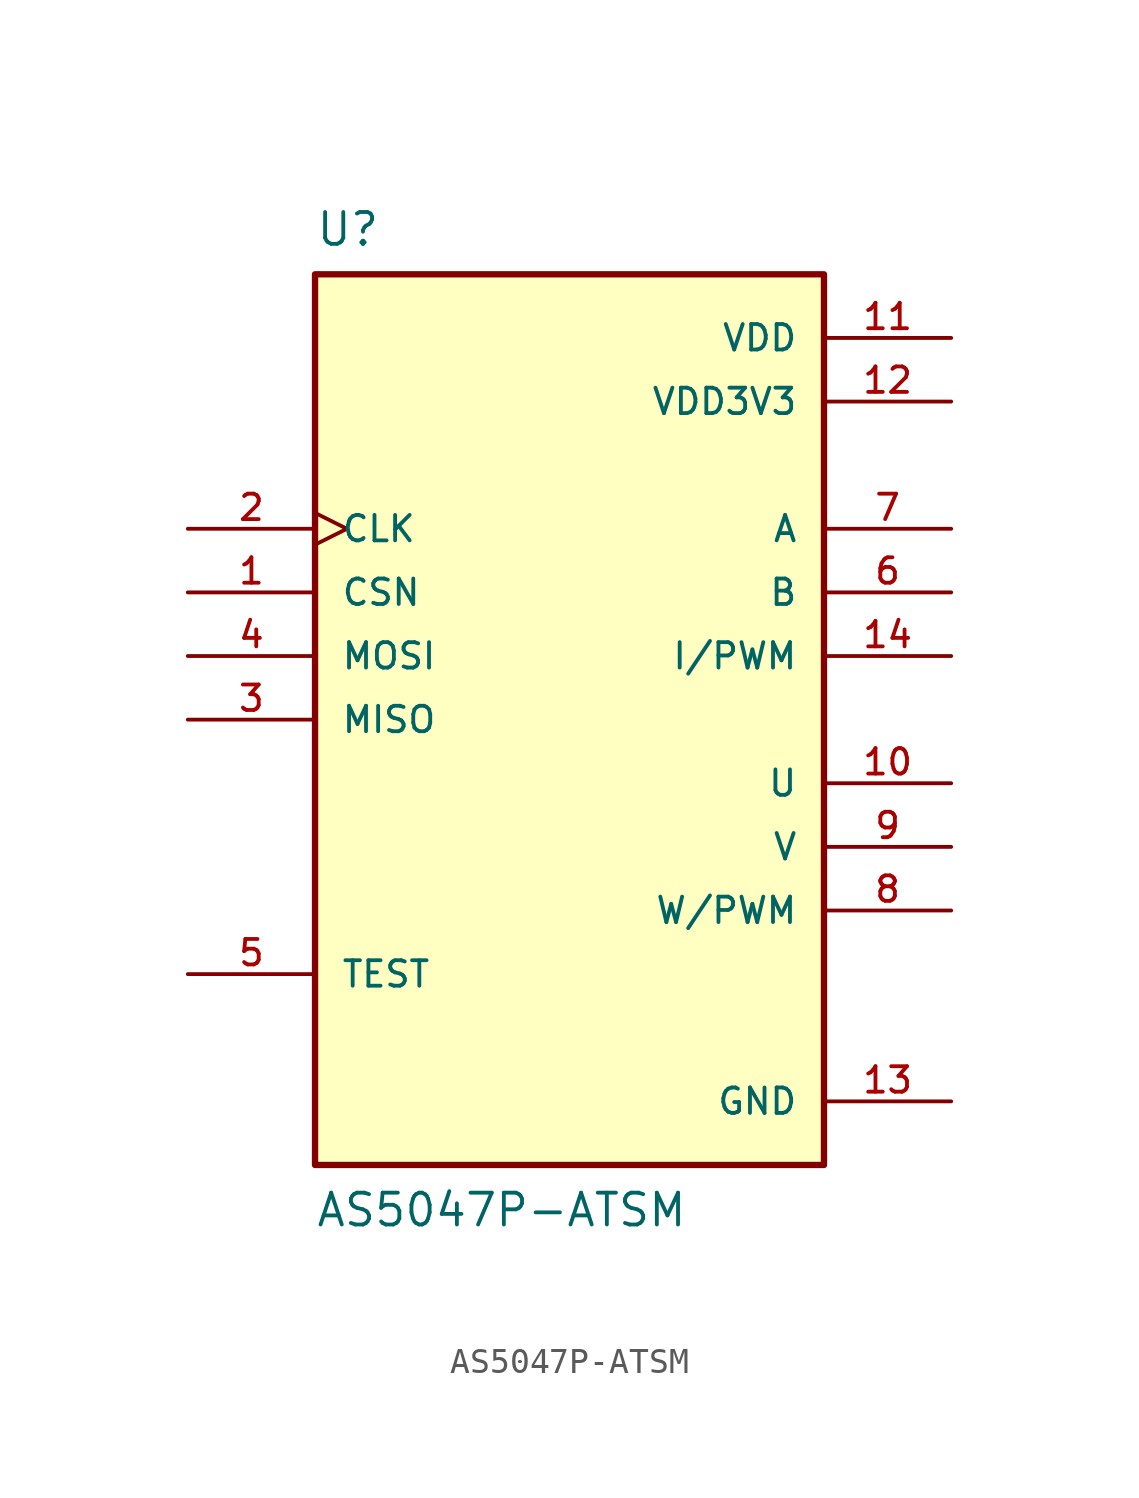
<source format=kicad_sym>
(kicad_symbol_lib
  (version 20231120)
  (generator "kicad_symbol_editor")
  (generator_version "8.0")
  (symbol "AS5047P-ATSM"
    (pin_names
      (offset 1.016))
    (property "Reference" "U"
      (at -10.16 20.32 0)
      (effects (font (size 1.27 1.27)) (justify left top)))
    (property "Value" "AS5047P-ATSM"
      (at -10.16 -20.32 0)
      (effects (font (size 1.27 1.27)) (justify left bottom)))
    (symbol "AS5047P-ATSM_0_0"
      (rectangle (start -10.16 -17.78) (end 10.16 17.78) (stroke (width 0.254) (type default)) (fill (type background)))
      (pin input line (at -15.24 5.08 0) (length 5.08) (name "CSN" (effects (font (size 1.016 1.016)))) (number "1" (effects (font (size 1.016 1.016)))))
      (pin output line (at 15.24 -2.54 180) (length 5.08) (name "U" (effects (font (size 1.016 1.016)))) (number "10" (effects (font (size 1.016 1.016)))))
      (pin power_in line (at 15.24 15.24 180) (length 5.08) (name "VDD" (effects (font (size 1.016 1.016)))) (number "11" (effects (font (size 1.016 1.016)))))
      (pin power_in line (at 15.24 12.7 180) (length 5.08) (name "VDD3V3" (effects (font (size 1.016 1.016)))) (number "12" (effects (font (size 1.016 1.016)))))
      (pin power_in line (at 15.24 -15.24 180) (length 5.08) (name "GND" (effects (font (size 1.016 1.016)))) (number "13" (effects (font (size 1.016 1.016)))))
      (pin output line (at 15.24 2.54 180) (length 5.08) (name "I/PWM" (effects (font (size 1.016 1.016)))) (number "14" (effects (font (size 1.016 1.016)))))
      (pin input clock (at -15.24 7.62 0) (length 5.08) (name "CLK" (effects (font (size 1.016 1.016)))) (number "2" (effects (font (size 1.016 1.016)))))
      (pin output line (at -15.24 0 0) (length 5.08) (name "MISO" (effects (font (size 1.016 1.016)))) (number "3" (effects (font (size 1.016 1.016)))))
      (pin input line (at -15.24 2.54 0) (length 5.08) (name "MOSI" (effects (font (size 1.016 1.016)))) (number "4" (effects (font (size 1.016 1.016)))))
      (pin passive line (at -15.24 -10.16 0) (length 5.08) (name "TEST" (effects (font (size 1.016 1.016)))) (number "5" (effects (font (size 1.016 1.016)))))
      (pin output line (at 15.24 5.08 180) (length 5.08) (name "B" (effects (font (size 1.016 1.016)))) (number "6" (effects (font (size 1.016 1.016)))))
      (pin output line (at 15.24 7.62 180) (length 5.08) (name "A" (effects (font (size 1.016 1.016)))) (number "7" (effects (font (size 1.016 1.016)))))
      (pin output line (at 15.24 -7.62 180) (length 5.08) (name "W/PWM" (effects (font (size 1.016 1.016)))) (number "8" (effects (font (size 1.016 1.016)))))
      (pin output line (at 15.24 -5.08 180) (length 5.08) (name "V" (effects (font (size 1.016 1.016)))) (number "9" (effects (font (size 1.016 1.016))))))))
</source>
